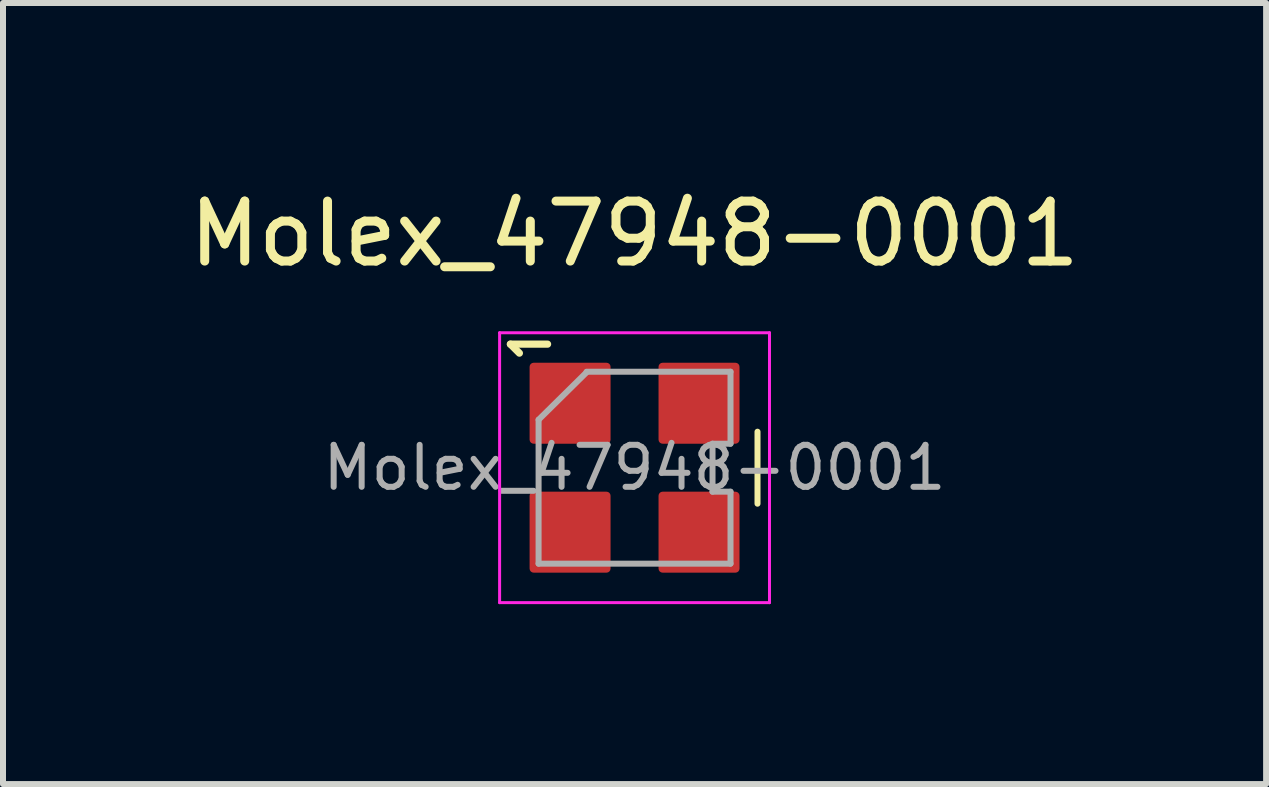
<source format=kicad_pcb>
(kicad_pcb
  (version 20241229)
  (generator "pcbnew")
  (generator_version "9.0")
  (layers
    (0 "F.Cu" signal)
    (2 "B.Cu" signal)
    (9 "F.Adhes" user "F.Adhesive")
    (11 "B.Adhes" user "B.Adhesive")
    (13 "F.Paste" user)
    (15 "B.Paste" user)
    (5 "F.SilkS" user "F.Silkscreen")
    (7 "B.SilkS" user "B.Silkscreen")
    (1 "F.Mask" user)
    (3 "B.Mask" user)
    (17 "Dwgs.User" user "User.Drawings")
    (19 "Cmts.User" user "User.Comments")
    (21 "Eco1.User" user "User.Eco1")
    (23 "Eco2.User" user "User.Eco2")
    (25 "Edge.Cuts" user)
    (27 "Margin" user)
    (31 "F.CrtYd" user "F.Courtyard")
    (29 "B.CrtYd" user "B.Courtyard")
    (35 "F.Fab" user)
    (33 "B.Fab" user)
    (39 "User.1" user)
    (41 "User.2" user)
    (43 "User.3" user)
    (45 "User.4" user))
  (footprint "Molex_47948-0001"
    (layer "F.Cu")
    (at 7.53 4.748)
    (property "Reference" "Molex_47948-0001" (at 0 -3.9 0) (layer "F.SilkS") (effects (font (size 1 1) (thickness 0.15))))
    (attr smd)
    (fp_line (start -2.07 -2.06) (end -1.45 -2.06) (stroke (width 0.12) (type solid)) (layer "F.SilkS"))
    (fp_line (start -1.92 -1.91) (end -2.07 -2.06) (stroke (width 0.12) (type solid)) (layer "F.SilkS"))
    (fp_line (start 2.05 -0.6) (end 2.05 0.6) (stroke (width 0.1) (type solid)) (layer "F.SilkS"))
    (fp_line (start -2.25 -2.25) (end 2.25 -2.25) (stroke (width 0.05) (type solid)) (layer "F.CrtYd"))
    (fp_line (start -2.25 2.25) (end -2.25 -2.25) (stroke (width 0.05) (type solid)) (layer "F.CrtYd"))
    (fp_line (start -2.25 2.25) (end 2.25 2.25) (stroke (width 0.05) (type solid)) (layer "F.CrtYd"))
    (fp_line (start 2.25 2.25) (end 2.25 -2.25) (stroke (width 0.05) (type solid)) (layer "F.CrtYd"))
    (fp_line (start -1.6 -0.8) (end -0.8 -1.59) (stroke (width 0.1) (type solid)) (layer "F.Fab"))
    (fp_line (start -1.6 1.6) (end -1.6 -0.8) (stroke (width 0.1) (type solid)) (layer "F.Fab"))
    (fp_line (start -1.6 1.6) (end 1.6 1.6) (stroke (width 0.1) (type solid)) (layer "F.Fab"))
    (fp_line (start 1.3 -0.4) (end 1.3 0.4) (stroke (width 0.1) (type solid)) (layer "F.Fab"))
    (fp_line (start 1.3 -0.4) (end 1.6 -0.4) (stroke (width 0.1) (type solid)) (layer "F.Fab"))
    (fp_line (start 1.3 0.4) (end 1.6 0.4) (stroke (width 0.1) (type solid)) (layer "F.Fab"))
    (fp_line (start 1.6 -1.6) (end -0.8 -1.6) (stroke (width 0.1) (type solid)) (layer "F.Fab"))
    (fp_line (start 1.6 -0.4) (end 1.6 -1.6) (stroke (width 0.1) (type solid)) (layer "F.Fab"))
    (fp_line (start 1.6 1.6) (end 1.6 0.4) (stroke (width 0.1) (type solid)) (layer "F.Fab"))
    (fp_text user "${REFERENCE}" (at 0 0 0) (layer "F.Fab") (effects (font (size 0.7 0.7) (thickness 0.1))))
    (pad "" smd roundrect (at -1.075 1.075) (size 1.35 1.35) (layers "F.Cu" "F.Mask" "F.Paste") (roundrect_rratio 0.05))
    (pad "" smd roundrect (at 1.075 -1.075) (size 1.35 1.35) (layers "F.Cu" "F.Mask" "F.Paste") (roundrect_rratio 0.05))
    (pad "" smd roundrect (at 1.075 1.075) (size 1.35 1.35) (layers "F.Cu" "F.Mask" "F.Paste") (roundrect_rratio 0.05))
    (pad "1" smd roundrect (at -1.075 -1.075) (size 1.35 1.35) (layers "F.Cu" "F.Mask" "F.Paste") (roundrect_rratio 0.05)))
  (gr_rect
    (start -3 -3)
    (end 18.06 10.023)
    (stroke (width 0.1) (type default))
    (fill no)
    (layer "Edge.Cuts")))
</source>
